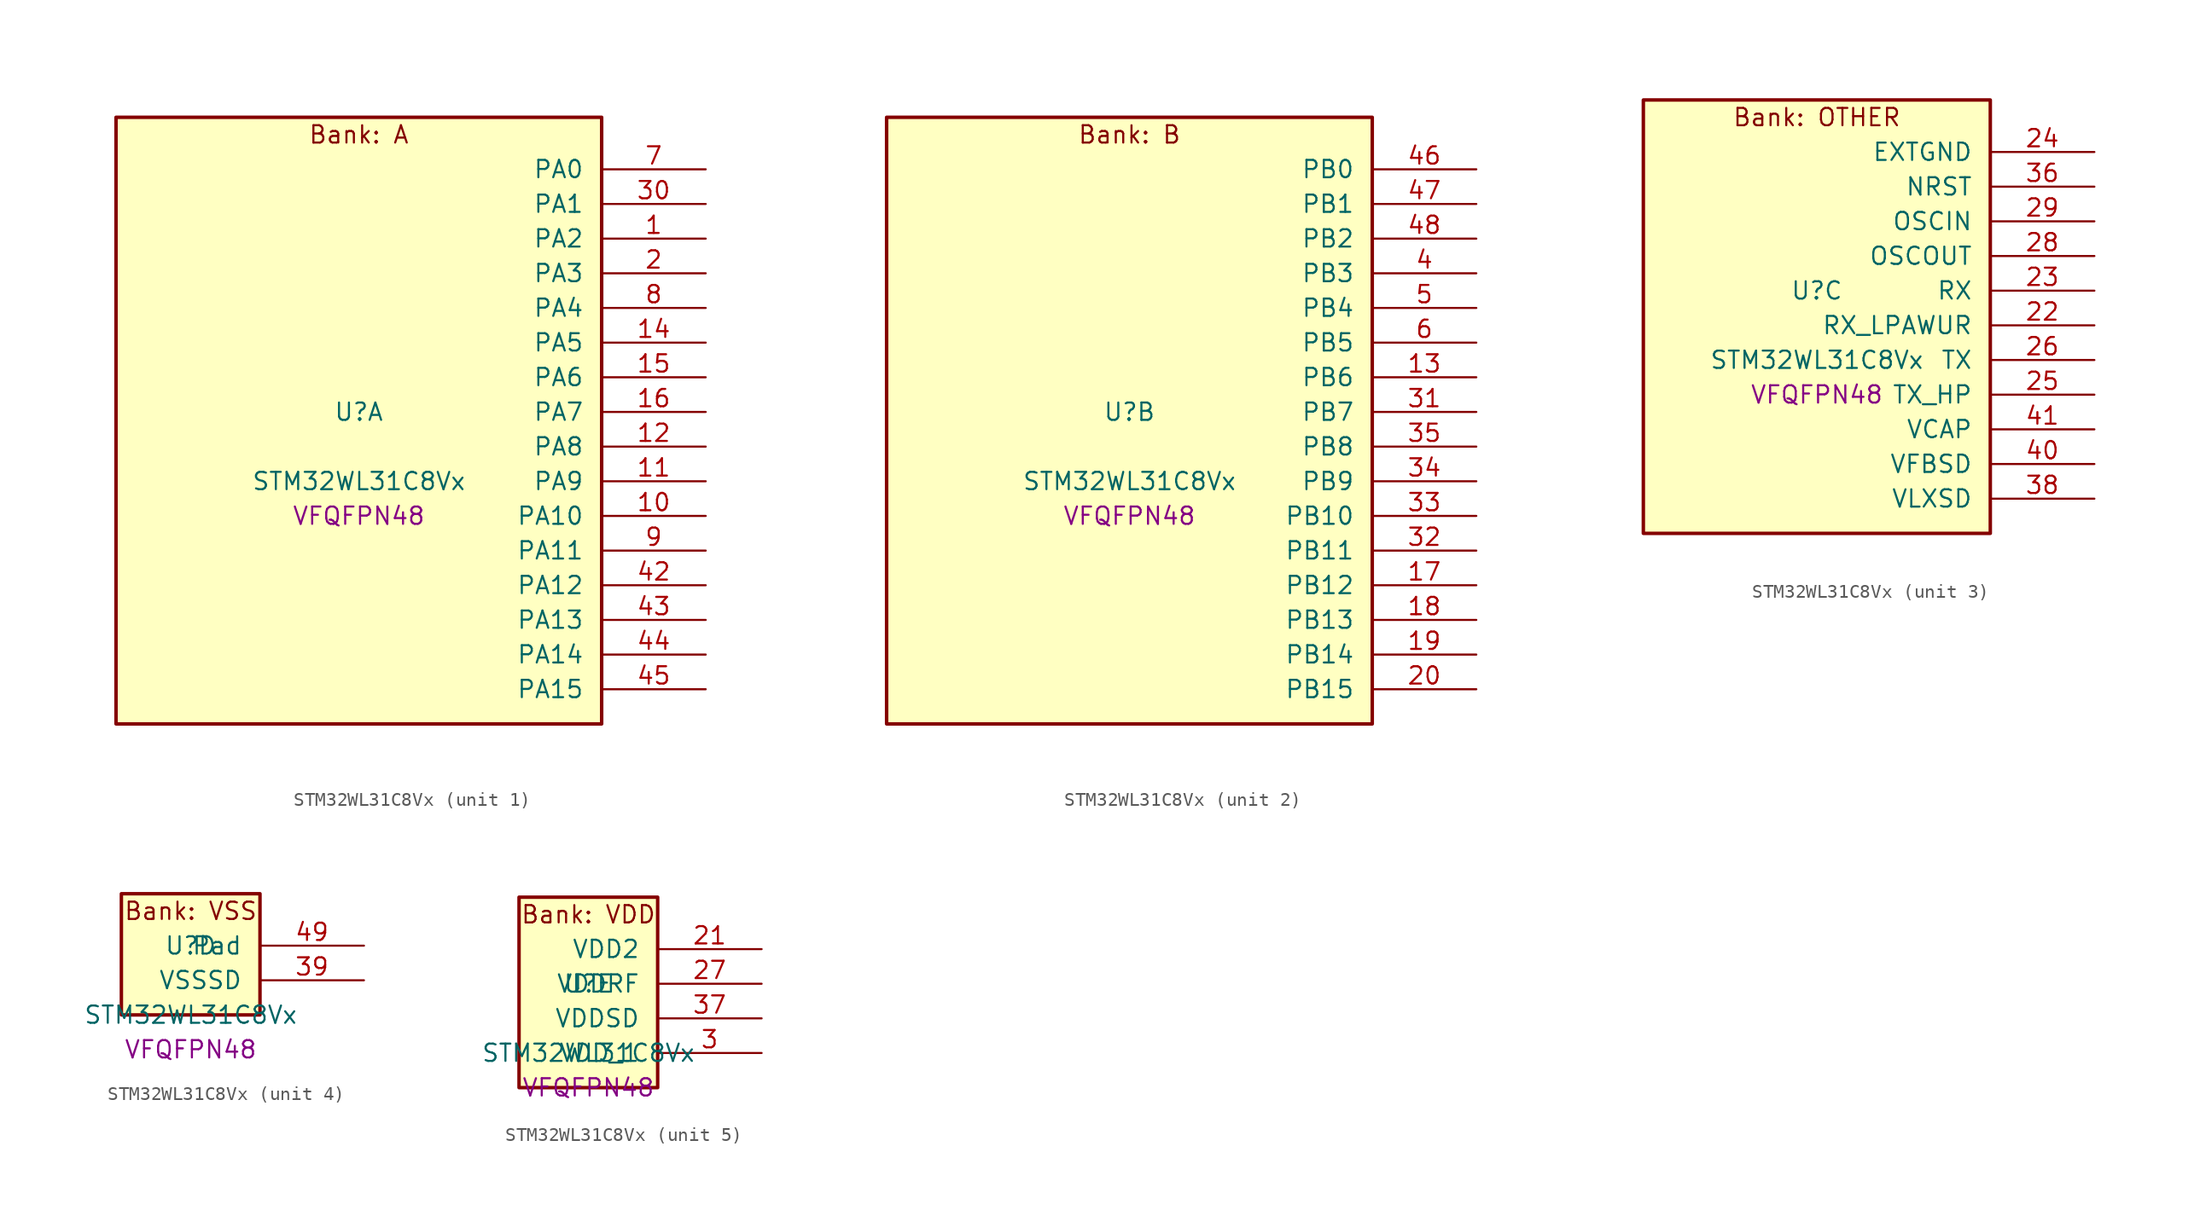
<source format=kicad_sym>
(kicad_symbol_lib
  (version 20241209)
  (generator "stm32_pkl_generator")
  (generator_version "1.0")
  (symbol "STM32WL31C8Vx"
    (pin_names
      (offset 1.27))
    (property "Reference" "U"
      (at 0 2.54 0))
    (property "Value" "STM32WL31C8Vx"
      (at 0 -2.54 0))
    (property "Footprint" "VFQFPN48"
      (at 0 -5.08 0))
    (symbol "STM32WL31C8Vx_1_1"
      (rectangle (start -17.78 24.13) (end 17.78 -20.32) (stroke (width 0.254) (type solid)) (fill (type background)))
      (text "Bank: A" (at 0 22.86 0))
      (pin bidirectional line (at 25.4 20.32 180) (length 7.62) (name "PA0") (number "7") (alternate "PA0/I2C1_SCL" bidirectional line) (alternate "PA0/PWR_WKUP12" bidirectional line) (alternate "PA0/TIM2_CH3" bidirectional line) (alternate "PA0/USART1_CTS" bidirectional line))
      (pin bidirectional line (at 25.4 17.78 180) (length 7.62) (name "PA1") (number "30") (alternate "PA1/I2C1_SDA" bidirectional line) (alternate "PA1/PWR_WKUP13" bidirectional line) (alternate "PA1/TIM16_BRK" bidirectional line) (alternate "PA1/TIM2_CH4" bidirectional line) (alternate "PA1/USART1_TX" bidirectional line))
      (pin bidirectional line (at 25.4 15.24 180) (length 7.62) (name "PA2") (number "1") (alternate "PA2/ADC1_VINM2" bidirectional line) (alternate "PA2/DEBUG_SWDIO" bidirectional line) (alternate "PA2/PWR_WKUP14" bidirectional line) (alternate "PA2/TIM16_CH1" bidirectional line) (alternate "PA2/TIM2_CH1" bidirectional line) (alternate "PA2/USART1_CK" bidirectional line))
      (pin bidirectional line (at 25.4 12.7 180) (length 7.62) (name "PA3") (number "2") (alternate "PA3/ADC1_VINP2" bidirectional line) (alternate "PA3/DEBUG_SWCLK" bidirectional line) (alternate "PA3/PWR_WKUP15" bidirectional line) (alternate "PA3/SPI3_SCK" bidirectional line) (alternate "PA3/TIM16_CH1N" bidirectional line) (alternate "PA3/TIM2_CH2" bidirectional line) (alternate "PA3/USART1_DE" bidirectional line) (alternate "PA3/USART1_RTS" bidirectional line))
      (pin bidirectional line (at 25.4 10.16 180) (length 7.62) (name "PA4") (number "8") (alternate "PA4/LPUART1_TX" bidirectional line) (alternate "PA4/RCC_LCO" bidirectional line) (alternate "PA4/TIM2_CH1" bidirectional line))
      (pin bidirectional line (at 25.4 7.62 180) (length 7.62) (name "PA5") (number "14") (alternate "PA5/LPUART1_RX" bidirectional line) (alternate "PA5/RCC_MCO" bidirectional line) (alternate "PA5/TIM2_CH2" bidirectional line))
      (pin bidirectional line (at 25.4 5.08 180) (length 7.62) (name "PA6") (number "15") (alternate "PA6/TIM2_CH1" bidirectional line) (alternate "PA6/USART1_CTS" bidirectional line))
      (pin bidirectional line (at 25.4 2.54 180) (length 7.62) (name "PA7") (number "16") (alternate "PA7/LPUART1_DE" bidirectional line) (alternate "PA7/LPUART1_RTS" bidirectional line) (alternate "PA7/PWR_WKUP7" bidirectional line) (alternate "PA7/TIM2_CH2" bidirectional line))
      (pin bidirectional line (at 25.4 0 180) (length 7.62) (name "PA8") (number "12") (alternate "PA8/MRSUBG_RX_SEQUENCE" bidirectional line) (alternate "PA8/PWR_WKUP8" bidirectional line) (alternate "PA8/RTC_OUT" bidirectional line) (alternate "PA8/RTC_TAMP1" bidirectional line) (alternate "PA8/RTC_TS" bidirectional line) (alternate "PA8/SPI3_MISO" bidirectional line) (alternate "PA8/TIM2_CH3" bidirectional line) (alternate "PA8/USART1_RX" bidirectional line))
      (pin bidirectional line (at 25.4 -2.54 180) (length 7.62) (name "PA9") (number "11") (alternate "PA9/PWR_WKUP9" bidirectional line) (alternate "PA9/RTC_OUT" bidirectional line) (alternate "PA9/SPI3_NSS" bidirectional line) (alternate "PA9/TIM2_CH4" bidirectional line) (alternate "PA9/USART1_TX" bidirectional line))
      (pin bidirectional line (at 25.4 -5.08 180) (length 7.62) (name "PA10") (number "10") (alternate "PA10/LPUART1_CTS" bidirectional line) (alternate "PA10/MRSUBG_TX_DATA" bidirectional line) (alternate "PA10/MRSUBG_TX_SEQUENCE" bidirectional line) (alternate "PA10/PWR_WKUP10" bidirectional line))
      (pin bidirectional line (at 25.4 -7.62 180) (length 7.62) (name "PA11") (number "9") (alternate "PA11/MRSUBG_RX_SEQUENCE" bidirectional line) (alternate "PA11/MRSUBG_TX_CLOCK" bidirectional line) (alternate "PA11/PWR_WKUP11" bidirectional line) (alternate "PA11/RCC_MCO" bidirectional line) (alternate "PA11/SPI3_MOSI" bidirectional line))
      (pin bidirectional line (at 25.4 -10.16 180) (length 7.62) (name "PA12") (number "42") (alternate "PA12/DEBUG_SWDIO" bidirectional line) (alternate "PA12/I2C1_SMBA" bidirectional line) (alternate "PA12/SPI1_NSS" bidirectional line) (alternate "PA12/TIM2_CH1" bidirectional line))
      (pin bidirectional line (at 25.4 -12.7 180) (length 7.62) (name "PA13") (number "43") (alternate "PA13/DEBUG_SWCLK" bidirectional line) (alternate "PA13/SPI1_SCK" bidirectional line) (alternate "PA13/TIM2_ETR" bidirectional line))
      (pin bidirectional line (at 25.4 -15.24 180) (length 7.62) (name "PA14") (number "44") (alternate "PA14/LCSC_LCB" bidirectional line) (alternate "PA14/SPI1_MISO" bidirectional line))
      (pin bidirectional line (at 25.4 -17.78 180) (length 7.62) (name "PA15") (number "45") (alternate "PA15/SPI1_MOSI" bidirectional line) (alternate "PA15/USART1_RX" bidirectional line)))
    (symbol "STM32WL31C8Vx_2_1"
      (rectangle (start -17.78 24.13) (end 17.78 -20.32) (stroke (width 0.254) (type solid)) (fill (type background)))
      (text "Bank: B" (at 0 22.86 0))
      (pin bidirectional line (at 25.4 20.32 180) (length 7.62) (name "PB0") (number "46") (alternate "PB0/ADC1_VINM1" bidirectional line) (alternate "PB0/LPUART1_DE" bidirectional line) (alternate "PB0/LPUART1_RTS" bidirectional line) (alternate "PB0/MRSUBG_ANTENNA_SWITCH" bidirectional line) (alternate "PB0/PWR_WKUP0" bidirectional line) (alternate "PB0/SPI1_NSS" bidirectional line) (alternate "PB0/TIM16_CH1" bidirectional line) (alternate "PB0/USART1_RX" bidirectional line))
      (pin bidirectional line (at 25.4 17.78 180) (length 7.62) (name "PB1") (number "47") (alternate "PB1/ADC1_VINP1" bidirectional line) (alternate "PB1/DEBUG_SWDIO" bidirectional line) (alternate "PB1/MRSUBG_RX_DATA" bidirectional line) (alternate "PB1/PWR_WKUP1" bidirectional line) (alternate "PB1/SPI1_SCK" bidirectional line) (alternate "PB1/TIM16_CH1N" bidirectional line) (alternate "PB1/USART1_CK" bidirectional line))
      (pin bidirectional line (at 25.4 15.24 180) (length 7.62) (name "PB2") (number "48") (alternate "PB2/ADC1_VINM0" bidirectional line) (alternate "PB2/DEBUG_SWCLK" bidirectional line) (alternate "PB2/MRSUBG_RX_CLOCK" bidirectional line) (alternate "PB2/PWR_WKUP2" bidirectional line) (alternate "PB2/SPI1_MISO" bidirectional line) (alternate "PB2/TIM16_BRK" bidirectional line) (alternate "PB2/USART1_DE" bidirectional line) (alternate "PB2/USART1_RTS" bidirectional line))
      (pin bidirectional line (at 25.4 12.7 180) (length 7.62) (name "PB3") (number "4") (alternate "PB3/ADC1_VINP0" bidirectional line) (alternate "PB3/LPUART1_TX" bidirectional line) (alternate "PB3/PWR_WKUP3" bidirectional line) (alternate "PB3/SPI1_MOSI" bidirectional line) (alternate "PB3/TIM2_CH4" bidirectional line) (alternate "PB3/USART1_CTS" bidirectional line))
      (pin bidirectional line (at 25.4 10.16 180) (length 7.62) (name "PB4") (number "5") (alternate "PB4/ADC1_VINM3" bidirectional line) (alternate "PB4/DAC1_VCMBUFF" bidirectional line) (alternate "PB4/LPUART1_TX" bidirectional line) (alternate "PB4/PWR_WKUP4" bidirectional line) (alternate "PB4/SPI3_MISO" bidirectional line))
      (pin bidirectional line (at 25.4 7.62 180) (length 7.62) (name "PB5") (number "6") (alternate "PB5/ADC1_VINP3" bidirectional line) (alternate "PB5/LPUART1_RX" bidirectional line) (alternate "PB5/PWR_WKUP5" bidirectional line) (alternate "PB5/SPI3_NSS" bidirectional line))
      (pin bidirectional line (at 25.4 5.08 180) (length 7.62) (name "PB6") (number "13") (alternate "PB6/I2C1_SCL" bidirectional line) (alternate "PB6/LPUART1_TX" bidirectional line) (alternate "PB6/PWR_WKUP6" bidirectional line) (alternate "PB6/SPI3_SCK" bidirectional line) (alternate "PB6/TIM2_CH3" bidirectional line))
      (pin bidirectional line (at 25.4 2.54 180) (length 7.62) (name "PB7") (number "31") (alternate "PB7/I2C1_SDA" bidirectional line) (alternate "PB7/LPUART1_RX" bidirectional line) (alternate "PB7/PWR_WKUP7" bidirectional line) (alternate "PB7/SPI3_MOSI" bidirectional line) (alternate "PB7/TIM2_ETR" bidirectional line))
      (pin bidirectional line (at 25.4 0 180) (length 7.62) (name "PB8") (number "35") (alternate "PB8/LPUART1_RX" bidirectional line) (alternate "PB8/SPI1_MISO" bidirectional line) (alternate "PB8/TIM2_CH4" bidirectional line) (alternate "PB8/USART1_CK" bidirectional line))
      (pin bidirectional line (at 25.4 -2.54 180) (length 7.62) (name "PB9") (number "34") (alternate "PB9/LPUART1_CTS" bidirectional line) (alternate "PB9/SPI1_MOSI" bidirectional line) (alternate "PB9/USART1_TX" bidirectional line))
      (pin bidirectional line (at 25.4 -5.08 180) (length 7.62) (name "PB10") (number "33") (alternate "PB10/I2C1_SDA" bidirectional line) (alternate "PB10/SPI1_NSS" bidirectional line) (alternate "PB10/TIM2_CH2" bidirectional line))
      (pin bidirectional line (at 25.4 -7.62 180) (length 7.62) (name "PB11") (number "32") (alternate "PB11/I2C1_SCL" bidirectional line) (alternate "PB11/SPI1_SCK" bidirectional line) (alternate "PB11/TIM2_CH1" bidirectional line) (alternate "PB11/USART1_DE" bidirectional line) (alternate "PB11/USART1_RTS" bidirectional line))
      (pin bidirectional line (at 25.4 -10.16 180) (length 7.62) (name "PB12") (number "17") (alternate "PB12/LPUART1_CTS" bidirectional line) (alternate "PB12/RCC_LCO" bidirectional line) (alternate "PB12/RCC_OSC32_OUT" bidirectional line) (alternate "PB12/TIM2_CH3" bidirectional line) (alternate "PB12/USART1_DE" bidirectional line) (alternate "PB12/USART1_RTS" bidirectional line))
      (pin bidirectional line (at 25.4 -12.7 180) (length 7.62) (name "PB13") (number "18") (alternate "PB13/RCC_OSC32_IN" bidirectional line) (alternate "PB13/TIM2_CH4" bidirectional line))
      (pin bidirectional line (at 25.4 -15.24 180) (length 7.62) (name "PB14") (number "19") (alternate "PB14/I2C1_SMBA" bidirectional line) (alternate "PB14/MRSUBG_TX_SEQUENCE" bidirectional line) (alternate "PB14/PWR_PVD_IN" bidirectional line) (alternate "PB14/RCC_MCO" bidirectional line) (alternate "PB14/TIM2_ETR" bidirectional line) (alternate "PB14/USART1_RX" bidirectional line))
      (pin bidirectional line (at 25.4 -17.78 180) (length 7.62) (name "PB15") (number "20") (alternate "PB15/USART1_TX" bidirectional line)))
    (symbol "STM32WL31C8Vx_3_1"
      (rectangle (start -12.7 16.51) (end 12.7 -15.24) (stroke (width 0.254) (type solid)) (fill (type background)))
      (text "Bank: OTHER" (at 0 15.24 0))
      (pin power_in line (at 20.32 12.7 180) (length 7.62) (name "EXTGND") (number "24"))
      (pin input line (at 20.32 10.16 180) (length 7.62) (name "NRST") (number "36"))
      (pin bidirectional line (at 20.32 7.62 180) (length 7.62) (name "OSCIN") (number "29") (alternate "OSCIN/RCC_OSC_IN" bidirectional line))
      (pin bidirectional line (at 20.32 5.08 180) (length 7.62) (name "OSCOUT") (number "28") (alternate "OSCOUT/RCC_OSC_OUT" bidirectional line))
      (pin input line (at 20.32 2.54 180) (length 7.62) (name "RX") (number "23"))
      (pin input line (at 20.32 0 180) (length 7.62) (name "RX_LPAWUR") (number "22"))
      (pin input line (at 20.32 -2.54 180) (length 7.62) (name "TX") (number "26"))
      (pin input line (at 20.32 -5.08 180) (length 7.62) (name "TX_HP") (number "25"))
      (pin power_in line (at 20.32 -7.62 180) (length 7.62) (name "VCAP") (number "41"))
      (pin power_in line (at 20.32 -10.16 180) (length 7.62) (name "VFBSD") (number "40"))
      (pin power_in line (at 20.32 -12.7 180) (length 7.62) (name "VLXSD") (number "38")))
    (symbol "STM32WL31C8Vx_4_1"
      (rectangle (start -5.08 6.35) (end 5.08 -2.54) (stroke (width 0.254) (type solid)) (fill (type background)))
      (text "Bank: VSS" (at 0 5.08 0))
      (pin passive line (at 12.7 2.54 180) (length 7.62) (name "Pad") (number "49"))
      (pin power_in line (at 12.7 0 180) (length 7.62) (name "VSSSD") (number "39")))
    (symbol "STM32WL31C8Vx_5_1"
      (rectangle (start -5.08 8.89) (end 5.08 -5.08) (stroke (width 0.254) (type solid)) (fill (type background)))
      (text "Bank: VDD" (at 0 7.62 0))
      (pin power_in line (at 12.7 5.08 180) (length 7.62) (name "VDD2") (number "21"))
      (pin power_in line (at 12.7 2.54 180) (length 7.62) (name "VDDRF") (number "27"))
      (pin power_in line (at 12.7 0 180) (length 7.62) (name "VDDSD") (number "37"))
      (pin power_in line (at 12.7 -2.54 180) (length 7.62) (name "VDD_1") (number "3")))))
</source>
